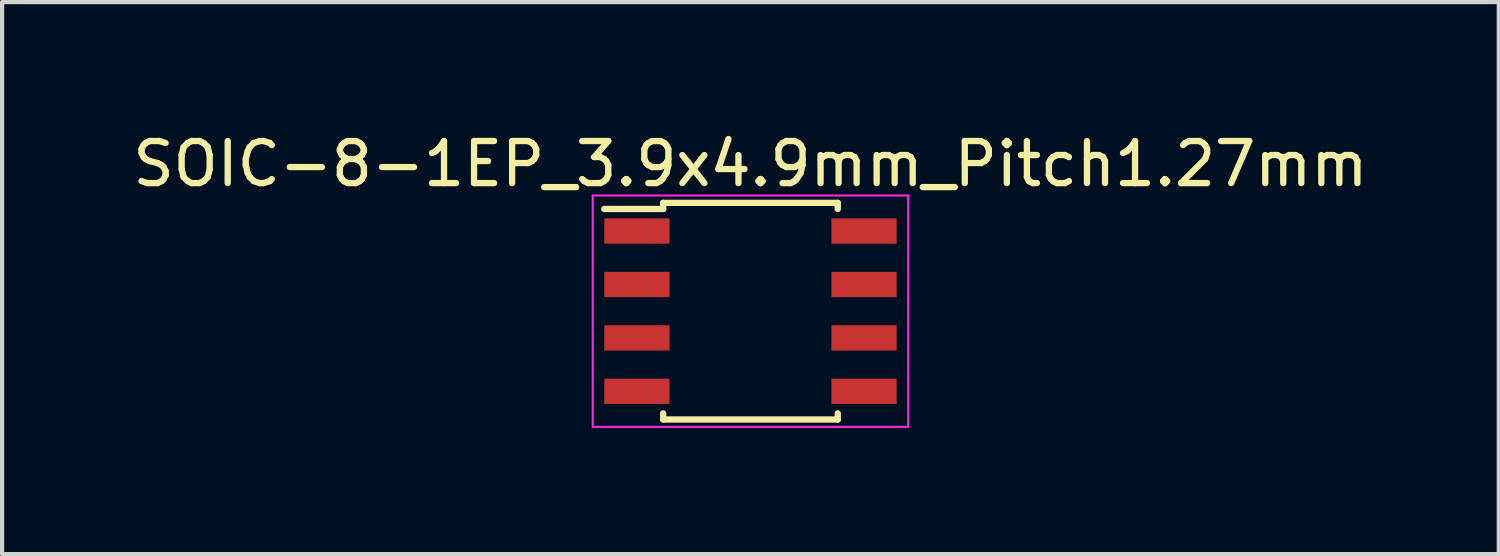
<source format=kicad_pcb>
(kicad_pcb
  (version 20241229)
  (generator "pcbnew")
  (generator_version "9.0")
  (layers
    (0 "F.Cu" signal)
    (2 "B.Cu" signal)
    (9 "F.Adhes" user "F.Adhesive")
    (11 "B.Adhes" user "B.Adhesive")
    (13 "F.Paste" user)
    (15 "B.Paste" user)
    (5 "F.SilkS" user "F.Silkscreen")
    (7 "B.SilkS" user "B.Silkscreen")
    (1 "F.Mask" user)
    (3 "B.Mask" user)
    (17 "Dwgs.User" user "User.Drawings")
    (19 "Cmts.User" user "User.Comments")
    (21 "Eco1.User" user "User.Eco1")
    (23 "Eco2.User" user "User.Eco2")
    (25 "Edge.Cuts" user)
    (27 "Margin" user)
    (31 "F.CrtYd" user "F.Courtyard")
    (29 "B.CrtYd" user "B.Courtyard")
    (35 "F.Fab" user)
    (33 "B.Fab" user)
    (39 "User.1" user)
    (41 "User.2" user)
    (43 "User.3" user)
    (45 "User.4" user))
  (footprint "SOIC-8-1EP_3.9x4.9mm_Pitch1.27mm"
    (layer "F.Cu")
    (at 14.792 4.348)
    (property "Reference" "SOIC-8-1EP_3.9x4.9mm_Pitch1.27mm" (at 0 -3.5 0) (layer "F.SilkS") (effects (font (size 1 1) (thickness 0.15))))
    (attr smd)
    (fp_line (start -2.075 -2.575) (end -2.075 -2.43) (stroke (width 0.15) (type solid)) (layer "F.SilkS"))
    (fp_line (start -2.075 -2.575) (end 2.075 -2.575) (stroke (width 0.15) (type solid)) (layer "F.SilkS"))
    (fp_line (start -2.075 -2.43) (end -3.475 -2.43) (stroke (width 0.15) (type solid)) (layer "F.SilkS"))
    (fp_line (start -2.075 2.575) (end -2.075 2.43) (stroke (width 0.15) (type solid)) (layer "F.SilkS"))
    (fp_line (start -2.075 2.575) (end 2.075 2.575) (stroke (width 0.15) (type solid)) (layer "F.SilkS"))
    (fp_line (start 2.075 -2.575) (end 2.075 -2.43) (stroke (width 0.15) (type solid)) (layer "F.SilkS"))
    (fp_line (start 2.075 2.575) (end 2.075 2.43) (stroke (width 0.15) (type solid)) (layer "F.SilkS"))
    (fp_line (start -3.75 -2.75) (end -3.75 2.75) (stroke (width 0.05) (type solid)) (layer "F.CrtYd"))
    (fp_line (start -3.75 -2.75) (end 3.75 -2.75) (stroke (width 0.05) (type solid)) (layer "F.CrtYd"))
    (fp_line (start -3.75 2.75) (end 3.75 2.75) (stroke (width 0.05) (type solid)) (layer "F.CrtYd"))
    (fp_line (start 3.75 -2.75) (end 3.75 2.75) (stroke (width 0.05) (type solid)) (layer "F.CrtYd"))
    (pad "1" smd rect (at -2.7 -1.905) (size 1.55 0.6) (layers "F.Cu" "F.Mask" "F.Paste"))
    (pad "2" smd rect (at -2.7 -0.635) (size 1.55 0.6) (layers "F.Cu" "F.Mask" "F.Paste"))
    (pad "3" smd rect (at -2.7 0.635) (size 1.55 0.6) (layers "F.Cu" "F.Mask" "F.Paste"))
    (pad "4" smd rect (at -2.7 1.905) (size 1.55 0.6) (layers "F.Cu" "F.Mask" "F.Paste"))
    (pad "5" smd rect (at 2.7 1.905) (size 1.55 0.6) (layers "F.Cu" "F.Mask" "F.Paste"))
    (pad "6" smd rect (at 2.7 0.635) (size 1.55 0.6) (layers "F.Cu" "F.Mask" "F.Paste"))
    (pad "7" smd rect (at 2.7 -0.635) (size 1.55 0.6) (layers "F.Cu" "F.Mask" "F.Paste"))
    (pad "8" smd rect (at 2.7 -1.905) (size 1.55 0.6) (layers "F.Cu" "F.Mask" "F.Paste")))
  (gr_rect
    (start -3 -3)
    (end 32.583 10.123)
    (stroke (width 0.1) (type default))
    (fill no)
    (layer "Edge.Cuts")))
</source>
